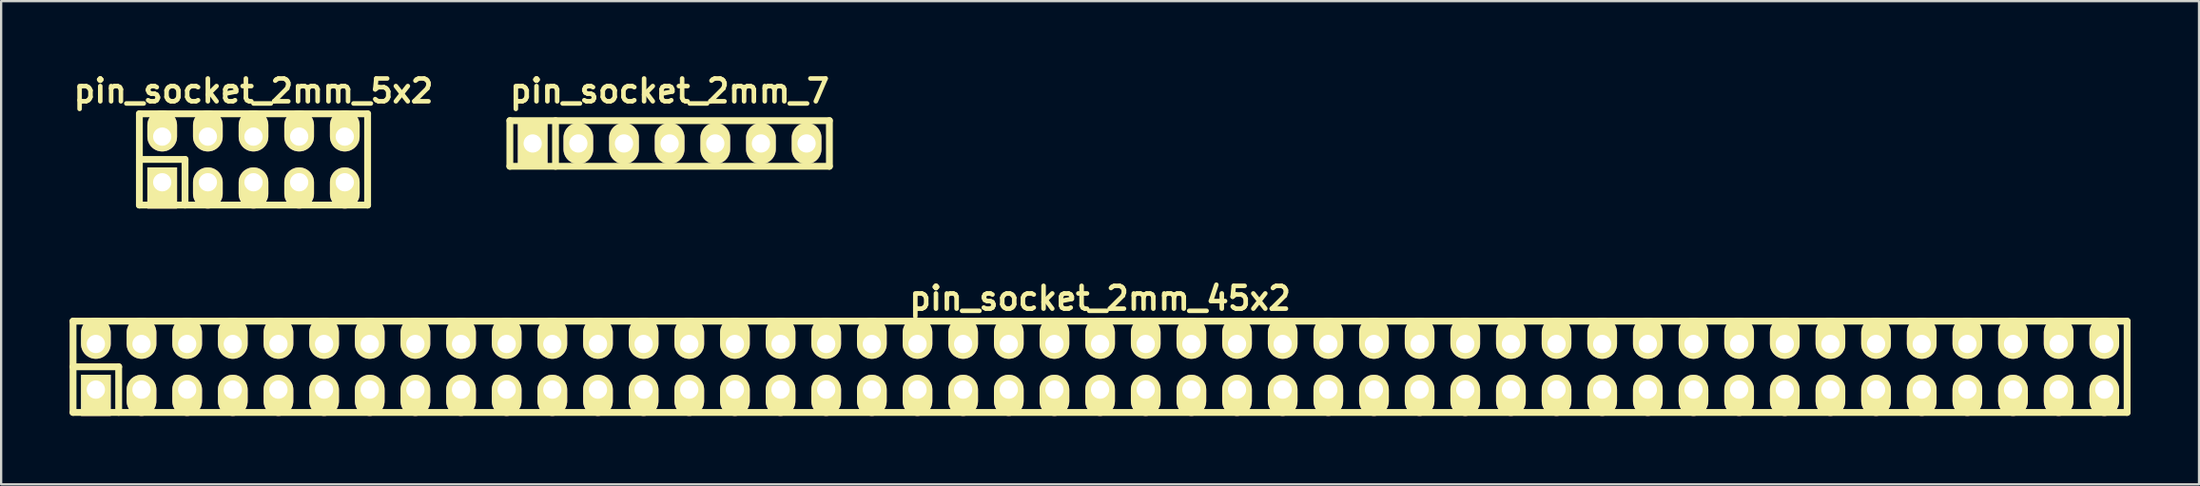
<source format=kicad_pcb>
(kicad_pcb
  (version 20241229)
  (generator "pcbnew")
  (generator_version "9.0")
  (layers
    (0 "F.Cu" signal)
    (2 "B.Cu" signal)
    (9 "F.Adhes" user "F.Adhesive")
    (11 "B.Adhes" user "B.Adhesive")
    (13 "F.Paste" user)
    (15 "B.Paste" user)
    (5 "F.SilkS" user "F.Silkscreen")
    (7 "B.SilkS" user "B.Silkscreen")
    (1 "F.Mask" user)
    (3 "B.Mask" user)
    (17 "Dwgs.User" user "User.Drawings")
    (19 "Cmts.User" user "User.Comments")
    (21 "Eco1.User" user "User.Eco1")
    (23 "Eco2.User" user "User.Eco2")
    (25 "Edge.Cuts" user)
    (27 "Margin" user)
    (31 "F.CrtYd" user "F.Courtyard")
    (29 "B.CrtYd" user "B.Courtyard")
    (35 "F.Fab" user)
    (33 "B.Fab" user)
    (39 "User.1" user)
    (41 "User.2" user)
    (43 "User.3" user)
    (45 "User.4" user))
  (footprint "pin_socket_2mm_7"
    (layer "F.Cu")
    (at 26.29 3.236)
    (property "Reference" "pin_socket_2mm_7" (at 0 -2.3 0) (layer "F.SilkS") (effects (font (size 1 1) (thickness 0.2))))
    (attr through_hole)
    (fp_line (start -7 -1) (end 7 -1) (stroke (width 0.3) (type solid)) (layer "F.SilkS"))
    (fp_line (start -7 1) (end -7 -1) (stroke (width 0.3) (type solid)) (layer "F.SilkS"))
    (fp_line (start -5 -1) (end -5 1) (stroke (width 0.3) (type solid)) (layer "F.SilkS"))
    (fp_line (start 7 -1) (end 7 1) (stroke (width 0.3) (type solid)) (layer "F.SilkS"))
    (fp_line (start 7 1) (end -7 1) (stroke (width 0.3) (type solid)) (layer "F.SilkS"))
    (pad "1" thru_hole rect (at -6 0) (size 1.3 1.8) (drill 0.8) (layers "*.Cu" "*.Mask" "F.SilkS"))
    (pad "2" thru_hole oval (at -4 0) (size 1.3 1.8) (drill 0.8) (layers "*.Cu" "*.Mask" "F.SilkS"))
    (pad "3" thru_hole oval (at -2 0) (size 1.3 1.8) (drill 0.8) (layers "*.Cu" "*.Mask" "F.SilkS"))
    (pad "4" thru_hole oval (at 0 0) (size 1.3 1.8) (drill 0.8) (layers "*.Cu" "*.Mask" "F.SilkS"))
    (pad "5" thru_hole oval (at 2 0) (size 1.3 1.8) (drill 0.8) (layers "*.Cu" "*.Mask" "F.SilkS"))
    (pad "6" thru_hole oval (at 4 0) (size 1.3 1.8) (drill 0.8) (layers "*.Cu" "*.Mask" "F.SilkS"))
    (pad "7" thru_hole oval (at 6 0) (size 1.3 1.8) (drill 0.8) (layers "*.Cu" "*.Mask" "F.SilkS")))
  (footprint "pin_socket_2mm_45x2"
    (layer "F.Cu")
    (at 45.15 13.022)
    (property "Reference" "pin_socket_2mm_45x2" (at 0 -3 0) (layer "F.SilkS") (effects (font (size 1 1) (thickness 0.2))))
    (attr through_hole)
    (fp_line (start -45 -2) (end 45 -2) (stroke (width 0.3) (type solid)) (layer "F.SilkS"))
    (fp_line (start -45 0) (end -43 0) (stroke (width 0.3) (type solid)) (layer "F.SilkS"))
    (fp_line (start -45 2) (end -45 -2) (stroke (width 0.3) (type solid)) (layer "F.SilkS"))
    (fp_line (start -43 0) (end -43 2) (stroke (width 0.3) (type solid)) (layer "F.SilkS"))
    (fp_line (start 45 -2) (end 45 2) (stroke (width 0.3) (type solid)) (layer "F.SilkS"))
    (fp_line (start 45 2) (end -45 2) (stroke (width 0.3) (type solid)) (layer "F.SilkS"))
    (pad "1" thru_hole rect (at -44 1) (size 1.3 1.8) (drill 0.8 (offset 0 0.25)) (layers "*.Cu" "*.Mask" "F.SilkS"))
    (pad "2" thru_hole oval (at -44 -1) (size 1.3 1.8) (drill 0.8 (offset 0 -0.25)) (layers "*.Cu" "*.Mask" "F.SilkS"))
    (pad "3" thru_hole oval (at -42 1) (size 1.3 1.8) (drill 0.8 (offset 0 0.25)) (layers "*.Cu" "*.Mask" "F.SilkS"))
    (pad "4" thru_hole oval (at -42 -1) (size 1.3 1.8) (drill 0.8 (offset 0 -0.25)) (layers "*.Cu" "*.Mask" "F.SilkS"))
    (pad "5" thru_hole oval (at -40 1) (size 1.3 1.8) (drill 0.8 (offset 0 0.25)) (layers "*.Cu" "*.Mask" "F.SilkS"))
    (pad "6" thru_hole oval (at -40 -1) (size 1.3 1.8) (drill 0.8 (offset 0 -0.25)) (layers "*.Cu" "*.Mask" "F.SilkS"))
    (pad "7" thru_hole oval (at -38 1) (size 1.3 1.8) (drill 0.8 (offset 0 0.25)) (layers "*.Cu" "*.Mask" "F.SilkS"))
    (pad "8" thru_hole oval (at -38 -1) (size 1.3 1.8) (drill 0.8 (offset 0 -0.25)) (layers "*.Cu" "*.Mask" "F.SilkS"))
    (pad "9" thru_hole oval (at -36 1) (size 1.3 1.8) (drill 0.8 (offset 0 0.25)) (layers "*.Cu" "*.Mask" "F.SilkS"))
    (pad "10" thru_hole oval (at -36 -1) (size 1.3 1.8) (drill 0.8 (offset 0 -0.25)) (layers "*.Cu" "*.Mask" "F.SilkS"))
    (pad "11" thru_hole oval (at -34 1) (size 1.3 1.8) (drill 0.8 (offset 0 0.25)) (layers "*.Cu" "*.Mask" "F.SilkS"))
    (pad "12" thru_hole oval (at -34 -1) (size 1.3 1.8) (drill 0.8 (offset 0 -0.25)) (layers "*.Cu" "*.Mask" "F.SilkS"))
    (pad "13" thru_hole oval (at -32 1) (size 1.3 1.8) (drill 0.8 (offset 0 0.25)) (layers "*.Cu" "*.Mask" "F.SilkS"))
    (pad "14" thru_hole oval (at -32 -1) (size 1.3 1.8) (drill 0.8 (offset 0 -0.25)) (layers "*.Cu" "*.Mask" "F.SilkS"))
    (pad "15" thru_hole oval (at -30 1) (size 1.3 1.8) (drill 0.8 (offset 0 0.25)) (layers "*.Cu" "*.Mask" "F.SilkS"))
    (pad "16" thru_hole oval (at -30 -1) (size 1.3 1.8) (drill 0.8 (offset 0 -0.25)) (layers "*.Cu" "*.Mask" "F.SilkS"))
    (pad "17" thru_hole oval (at -28 1) (size 1.3 1.8) (drill 0.8 (offset 0 0.25)) (layers "*.Cu" "*.Mask" "F.SilkS"))
    (pad "18" thru_hole oval (at -28 -1) (size 1.3 1.8) (drill 0.8 (offset 0 -0.25)) (layers "*.Cu" "*.Mask" "F.SilkS"))
    (pad "19" thru_hole oval (at -26 1) (size 1.3 1.8) (drill 0.8 (offset 0 0.25)) (layers "*.Cu" "*.Mask" "F.SilkS"))
    (pad "20" thru_hole oval (at -26 -1) (size 1.3 1.8) (drill 0.8 (offset 0 -0.25)) (layers "*.Cu" "*.Mask" "F.SilkS"))
    (pad "21" thru_hole oval (at -24 1) (size 1.3 1.8) (drill 0.8 (offset 0 0.25)) (layers "*.Cu" "*.Mask" "F.SilkS"))
    (pad "22" thru_hole oval (at -24 -1) (size 1.3 1.8) (drill 0.8 (offset 0 -0.25)) (layers "*.Cu" "*.Mask" "F.SilkS"))
    (pad "23" thru_hole oval (at -22 1) (size 1.3 1.8) (drill 0.8 (offset 0 0.25)) (layers "*.Cu" "*.Mask" "F.SilkS"))
    (pad "24" thru_hole oval (at -22 -1) (size 1.3 1.8) (drill 0.8 (offset 0 -0.25)) (layers "*.Cu" "*.Mask" "F.SilkS"))
    (pad "25" thru_hole oval (at -20 1) (size 1.3 1.8) (drill 0.8 (offset 0 0.25)) (layers "*.Cu" "*.Mask" "F.SilkS"))
    (pad "26" thru_hole oval (at -20 -1) (size 1.3 1.8) (drill 0.8 (offset 0 -0.25)) (layers "*.Cu" "*.Mask" "F.SilkS"))
    (pad "27" thru_hole oval (at -18 1) (size 1.3 1.8) (drill 0.8 (offset 0 0.25)) (layers "*.Cu" "*.Mask" "F.SilkS"))
    (pad "28" thru_hole oval (at -18 -1) (size 1.3 1.8) (drill 0.8 (offset 0 -0.25)) (layers "*.Cu" "*.Mask" "F.SilkS"))
    (pad "29" thru_hole oval (at -16 1) (size 1.3 1.8) (drill 0.8 (offset 0 0.25)) (layers "*.Cu" "*.Mask" "F.SilkS"))
    (pad "30" thru_hole oval (at -16 -1) (size 1.3 1.8) (drill 0.8 (offset 0 -0.25)) (layers "*.Cu" "*.Mask" "F.SilkS"))
    (pad "31" thru_hole oval (at -14 1) (size 1.3 1.8) (drill 0.8 (offset 0 0.25)) (layers "*.Cu" "*.Mask" "F.SilkS"))
    (pad "32" thru_hole oval (at -14 -1) (size 1.3 1.8) (drill 0.8 (offset 0 -0.25)) (layers "*.Cu" "*.Mask" "F.SilkS"))
    (pad "33" thru_hole oval (at -12 1) (size 1.3 1.8) (drill 0.8 (offset 0 0.25)) (layers "*.Cu" "*.Mask" "F.SilkS"))
    (pad "34" thru_hole oval (at -12 -1) (size 1.3 1.8) (drill 0.8 (offset 0 -0.25)) (layers "*.Cu" "*.Mask" "F.SilkS"))
    (pad "35" thru_hole oval (at -10 1) (size 1.3 1.8) (drill 0.8 (offset 0 0.25)) (layers "*.Cu" "*.Mask" "F.SilkS"))
    (pad "36" thru_hole oval (at -10 -1) (size 1.3 1.8) (drill 0.8 (offset 0 -0.25)) (layers "*.Cu" "*.Mask" "F.SilkS"))
    (pad "37" thru_hole oval (at -8 1) (size 1.3 1.8) (drill 0.8 (offset 0 0.25)) (layers "*.Cu" "*.Mask" "F.SilkS"))
    (pad "38" thru_hole oval (at -8 -1) (size 1.3 1.8) (drill 0.8 (offset 0 -0.25)) (layers "*.Cu" "*.Mask" "F.SilkS"))
    (pad "39" thru_hole oval (at -6 1) (size 1.3 1.8) (drill 0.8 (offset 0 0.25)) (layers "*.Cu" "*.Mask" "F.SilkS"))
    (pad "40" thru_hole oval (at -6 -1) (size 1.3 1.8) (drill 0.8 (offset 0 -0.25)) (layers "*.Cu" "*.Mask" "F.SilkS"))
    (pad "41" thru_hole oval (at -4 1) (size 1.3 1.8) (drill 0.8 (offset 0 0.25)) (layers "*.Cu" "*.Mask" "F.SilkS"))
    (pad "42" thru_hole oval (at -4 -1) (size 1.3 1.8) (drill 0.8 (offset 0 -0.25)) (layers "*.Cu" "*.Mask" "F.SilkS"))
    (pad "43" thru_hole oval (at -2 1) (size 1.3 1.8) (drill 0.8 (offset 0 0.25)) (layers "*.Cu" "*.Mask" "F.SilkS"))
    (pad "44" thru_hole oval (at -2 -1) (size 1.3 1.8) (drill 0.8 (offset 0 -0.25)) (layers "*.Cu" "*.Mask" "F.SilkS"))
    (pad "45" thru_hole oval (at 0 1) (size 1.3 1.8) (drill 0.8 (offset 0 0.25)) (layers "*.Cu" "*.Mask" "F.SilkS"))
    (pad "46" thru_hole oval (at 0 -1) (size 1.3 1.8) (drill 0.8 (offset 0 -0.25)) (layers "*.Cu" "*.Mask" "F.SilkS"))
    (pad "47" thru_hole oval (at 2 1) (size 1.3 1.8) (drill 0.8 (offset 0 0.25)) (layers "*.Cu" "*.Mask" "F.SilkS"))
    (pad "48" thru_hole oval (at 2 -1) (size 1.3 1.8) (drill 0.8 (offset 0 -0.25)) (layers "*.Cu" "*.Mask" "F.SilkS"))
    (pad "49" thru_hole oval (at 4 1) (size 1.3 1.8) (drill 0.8 (offset 0 0.25)) (layers "*.Cu" "*.Mask" "F.SilkS"))
    (pad "50" thru_hole oval (at 4 -1) (size 1.3 1.8) (drill 0.8 (offset 0 -0.25)) (layers "*.Cu" "*.Mask" "F.SilkS"))
    (pad "51" thru_hole oval (at 6 1) (size 1.3 1.8) (drill 0.8 (offset 0 0.25)) (layers "*.Cu" "*.Mask" "F.SilkS"))
    (pad "52" thru_hole oval (at 6 -1) (size 1.3 1.8) (drill 0.8 (offset 0 -0.25)) (layers "*.Cu" "*.Mask" "F.SilkS"))
    (pad "53" thru_hole oval (at 8 1) (size 1.3 1.8) (drill 0.8 (offset 0 0.25)) (layers "*.Cu" "*.Mask" "F.SilkS"))
    (pad "54" thru_hole oval (at 8 -1) (size 1.3 1.8) (drill 0.8 (offset 0 -0.25)) (layers "*.Cu" "*.Mask" "F.SilkS"))
    (pad "55" thru_hole oval (at 10 1) (size 1.3 1.8) (drill 0.8 (offset 0 0.25)) (layers "*.Cu" "*.Mask" "F.SilkS"))
    (pad "56" thru_hole oval (at 10 -1) (size 1.3 1.8) (drill 0.8 (offset 0 -0.25)) (layers "*.Cu" "*.Mask" "F.SilkS"))
    (pad "57" thru_hole oval (at 12 1) (size 1.3 1.8) (drill 0.8 (offset 0 0.25)) (layers "*.Cu" "*.Mask" "F.SilkS"))
    (pad "58" thru_hole oval (at 12 -1) (size 1.3 1.8) (drill 0.8 (offset 0 -0.25)) (layers "*.Cu" "*.Mask" "F.SilkS"))
    (pad "59" thru_hole oval (at 14 1) (size 1.3 1.8) (drill 0.8 (offset 0 0.25)) (layers "*.Cu" "*.Mask" "F.SilkS"))
    (pad "60" thru_hole oval (at 14 -1) (size 1.3 1.8) (drill 0.8 (offset 0 -0.25)) (layers "*.Cu" "*.Mask" "F.SilkS"))
    (pad "61" thru_hole oval (at 16 1) (size 1.3 1.8) (drill 0.8 (offset 0 0.25)) (layers "*.Cu" "*.Mask" "F.SilkS"))
    (pad "62" thru_hole oval (at 16 -1) (size 1.3 1.8) (drill 0.8 (offset 0 -0.25)) (layers "*.Cu" "*.Mask" "F.SilkS"))
    (pad "63" thru_hole oval (at 18 1) (size 1.3 1.8) (drill 0.8 (offset 0 0.25)) (layers "*.Cu" "*.Mask" "F.SilkS"))
    (pad "64" thru_hole oval (at 18 -1) (size 1.3 1.8) (drill 0.8 (offset 0 -0.25)) (layers "*.Cu" "*.Mask" "F.SilkS"))
    (pad "65" thru_hole oval (at 20 1) (size 1.3 1.8) (drill 0.8 (offset 0 0.25)) (layers "*.Cu" "*.Mask" "F.SilkS"))
    (pad "66" thru_hole oval (at 20 -1) (size 1.3 1.8) (drill 0.8 (offset 0 -0.25)) (layers "*.Cu" "*.Mask" "F.SilkS"))
    (pad "67" thru_hole oval (at 22 1) (size 1.3 1.8) (drill 0.8 (offset 0 0.25)) (layers "*.Cu" "*.Mask" "F.SilkS"))
    (pad "68" thru_hole oval (at 22 -1) (size 1.3 1.8) (drill 0.8 (offset 0 -0.25)) (layers "*.Cu" "*.Mask" "F.SilkS"))
    (pad "69" thru_hole oval (at 24 1) (size 1.3 1.8) (drill 0.8 (offset 0 0.25)) (layers "*.Cu" "*.Mask" "F.SilkS"))
    (pad "70" thru_hole oval (at 24 -1) (size 1.3 1.8) (drill 0.8 (offset 0 -0.25)) (layers "*.Cu" "*.Mask" "F.SilkS"))
    (pad "71" thru_hole oval (at 26 1) (size 1.3 1.8) (drill 0.8 (offset 0 0.25)) (layers "*.Cu" "*.Mask" "F.SilkS"))
    (pad "72" thru_hole oval (at 26 -1) (size 1.3 1.8) (drill 0.8 (offset 0 -0.25)) (layers "*.Cu" "*.Mask" "F.SilkS"))
    (pad "73" thru_hole oval (at 28 1) (size 1.3 1.8) (drill 0.8 (offset 0 0.25)) (layers "*.Cu" "*.Mask" "F.SilkS"))
    (pad "74" thru_hole oval (at 28 -1) (size 1.3 1.8) (drill 0.8 (offset 0 -0.25)) (layers "*.Cu" "*.Mask" "F.SilkS"))
    (pad "75" thru_hole oval (at 30 1) (size 1.3 1.8) (drill 0.8 (offset 0 0.25)) (layers "*.Cu" "*.Mask" "F.SilkS"))
    (pad "76" thru_hole oval (at 30 -1) (size 1.3 1.8) (drill 0.8 (offset 0 -0.25)) (layers "*.Cu" "*.Mask" "F.SilkS"))
    (pad "77" thru_hole oval (at 32 1) (size 1.3 1.8) (drill 0.8 (offset 0 0.25)) (layers "*.Cu" "*.Mask" "F.SilkS"))
    (pad "78" thru_hole oval (at 32 -1) (size 1.3 1.8) (drill 0.8 (offset 0 -0.25)) (layers "*.Cu" "*.Mask" "F.SilkS"))
    (pad "79" thru_hole oval (at 34 1) (size 1.3 1.8) (drill 0.8 (offset 0 0.25)) (layers "*.Cu" "*.Mask" "F.SilkS"))
    (pad "80" thru_hole oval (at 34 -1) (size 1.3 1.8) (drill 0.8 (offset 0 -0.25)) (layers "*.Cu" "*.Mask" "F.SilkS"))
    (pad "81" thru_hole oval (at 36 1) (size 1.3 1.8) (drill 0.8 (offset 0 0.25)) (layers "*.Cu" "*.Mask" "F.SilkS"))
    (pad "82" thru_hole oval (at 36 -1) (size 1.3 1.8) (drill 0.8 (offset 0 -0.25)) (layers "*.Cu" "*.Mask" "F.SilkS"))
    (pad "83" thru_hole oval (at 38 1) (size 1.3 1.8) (drill 0.8 (offset 0 0.25)) (layers "*.Cu" "*.Mask" "F.SilkS"))
    (pad "84" thru_hole oval (at 38 -1) (size 1.3 1.8) (drill 0.8 (offset 0 -0.25)) (layers "*.Cu" "*.Mask" "F.SilkS"))
    (pad "85" thru_hole oval (at 40 1) (size 1.3 1.8) (drill 0.8 (offset 0 0.25)) (layers "*.Cu" "*.Mask" "F.SilkS"))
    (pad "86" thru_hole oval (at 40 -1) (size 1.3 1.8) (drill 0.8 (offset 0 -0.25)) (layers "*.Cu" "*.Mask" "F.SilkS"))
    (pad "87" thru_hole oval (at 42 1) (size 1.3 1.8) (drill 0.8 (offset 0 0.25)) (layers "*.Cu" "*.Mask" "F.SilkS"))
    (pad "88" thru_hole oval (at 42 -1) (size 1.3 1.8) (drill 0.8 (offset 0 -0.25)) (layers "*.Cu" "*.Mask" "F.SilkS"))
    (pad "89" thru_hole oval (at 44 1) (size 1.3 1.8) (drill 0.8 (offset 0 0.25)) (layers "*.Cu" "*.Mask" "F.SilkS"))
    (pad "90" thru_hole oval (at 44 -1) (size 1.3 1.8) (drill 0.8 (offset 0 -0.25)) (layers "*.Cu" "*.Mask" "F.SilkS")))
  (footprint "pin_socket_2mm_5x2"
    (layer "F.Cu")
    (at 8.057 3.936)
    (property "Reference" "pin_socket_2mm_5x2" (at 0 -3 0) (layer "F.SilkS") (effects (font (size 1 1) (thickness 0.2))))
    (attr through_hole)
    (fp_line (start -5 -2) (end 5 -2) (stroke (width 0.3) (type solid)) (layer "F.SilkS"))
    (fp_line (start -5 0) (end -3 0) (stroke (width 0.3) (type solid)) (layer "F.SilkS"))
    (fp_line (start -5 2) (end -5 -2) (stroke (width 0.3) (type solid)) (layer "F.SilkS"))
    (fp_line (start -3 0) (end -3 2) (stroke (width 0.3) (type solid)) (layer "F.SilkS"))
    (fp_line (start 5 -2) (end 5 2) (stroke (width 0.3) (type solid)) (layer "F.SilkS"))
    (fp_line (start 5 2) (end -5 2) (stroke (width 0.3) (type solid)) (layer "F.SilkS"))
    (pad "1" thru_hole rect (at -4 1) (size 1.3 1.8) (drill 0.8 (offset 0 0.25)) (layers "*.Cu" "*.Mask" "F.SilkS"))
    (pad "2" thru_hole oval (at -4 -1) (size 1.3 1.8) (drill 0.8 (offset 0 -0.25)) (layers "*.Cu" "*.Mask" "F.SilkS"))
    (pad "3" thru_hole oval (at -2 1) (size 1.3 1.8) (drill 0.8 (offset 0 0.25)) (layers "*.Cu" "*.Mask" "F.SilkS"))
    (pad "4" thru_hole oval (at -2 -1) (size 1.3 1.8) (drill 0.8 (offset 0 -0.25)) (layers "*.Cu" "*.Mask" "F.SilkS"))
    (pad "5" thru_hole oval (at 0 1) (size 1.3 1.8) (drill 0.8 (offset 0 0.25)) (layers "*.Cu" "*.Mask" "F.SilkS"))
    (pad "6" thru_hole oval (at 0 -1) (size 1.3 1.8) (drill 0.8 (offset 0 -0.25)) (layers "*.Cu" "*.Mask" "F.SilkS"))
    (pad "7" thru_hole oval (at 2 1) (size 1.3 1.8) (drill 0.8 (offset 0 0.25)) (layers "*.Cu" "*.Mask" "F.SilkS"))
    (pad "8" thru_hole oval (at 2 -1) (size 1.3 1.8) (drill 0.8 (offset 0 -0.25)) (layers "*.Cu" "*.Mask" "F.SilkS"))
    (pad "9" thru_hole oval (at 4 1) (size 1.3 1.8) (drill 0.8 (offset 0 0.25)) (layers "*.Cu" "*.Mask" "F.SilkS"))
    (pad "10" thru_hole oval (at 4 -1) (size 1.3 1.8) (drill 0.8 (offset 0 -0.25)) (layers "*.Cu" "*.Mask" "F.SilkS")))
  (gr_rect
    (start -3 -3)
    (end 93.3 18.172)
    (stroke (width 0.1) (type default))
    (fill no)
    (layer "Edge.Cuts")))
</source>
